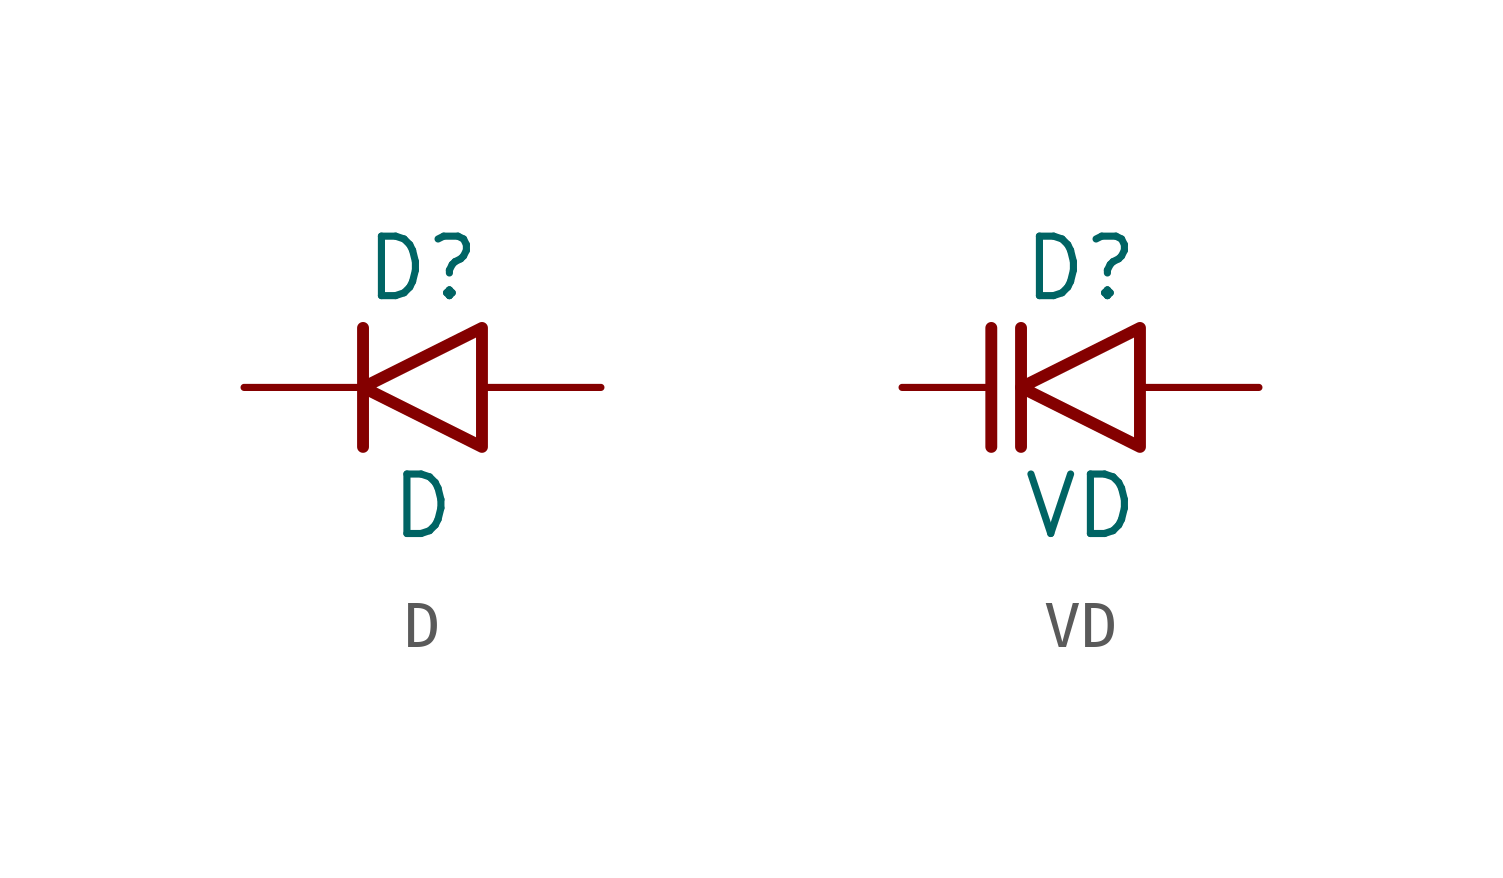
<source format=kicad_sym>
(kicad_symbol_lib
  (version 20211014)
  (generator kicad_symbol_editor)
  (symbol "D"
    (pin_numbers hide)
    (pin_names
      (offset 1.016) hide)
    (property "Reference" "D"
      (at 0 2.54 0)
      (effects (font (size 1.27 1.27))))
    (property "Value" "D"
      (at 0 -2.54 0)
      (effects (font (size 1.27 1.27))))
    (symbol "D_0_1"
      (polyline (pts (xy -1.27 1.27) (xy -1.27 -1.27)) (stroke (width 0.254) (type default) (color 0 0 0 0)) (fill (type none)))
      (polyline (pts (xy 1.27 1.27) (xy 1.27 -1.27) (xy -1.27 0) (xy 1.27 1.27)) (stroke (width 0.254) (type default) (color 0 0 0 0)) (fill (type none))))
    (symbol "D_1_1"
      (pin passive line (at -3.81 0 0) (length 2.54) (name "K" (effects (font (size 1.27 1.27)))) (number "1" (effects (font (size 1.27 1.27)))))
      (pin passive line (at 3.81 0 180) (length 2.54) (name "A" (effects (font (size 1.27 1.27)))) (number "2" (effects (font (size 1.27 1.27)))))))
  (symbol "VD"
    (pin_numbers hide)
    (pin_names
      (offset 1.016) hide)
    (property "Reference" "D"
      (at 0 2.54 0)
      (effects (font (size 1.27 1.27))))
    (property "Value" "VD"
      (at 0 -2.54 0)
      (effects (font (size 1.27 1.27))))
    (symbol "VD_0_1"
      (polyline (pts (xy -1.905 1.27) (xy -1.905 -1.27)) (stroke (width 0.254) (type default) (color 0 0 0 0)) (fill (type none)))
      (polyline (pts (xy -1.27 1.27) (xy -1.27 -1.27)) (stroke (width 0.254) (type default) (color 0 0 0 0)) (fill (type none)))
      (polyline (pts (xy 1.27 1.27) (xy 1.27 -1.27) (xy -1.27 0) (xy 1.27 1.27)) (stroke (width 0.254) (type default) (color 0 0 0 0)) (fill (type none))))
    (symbol "VD_1_1"
      (pin passive line (at -3.81 0 0) (length 1.91) (name "K" (effects (font (size 1.27 1.27)))) (number "1" (effects (font (size 1.27 1.27)))))
      (pin passive line (at 3.81 0 180) (length 2.54) (name "A" (effects (font (size 1.27 1.27)))) (number "2" (effects (font (size 1.27 1.27))))))))
</source>
